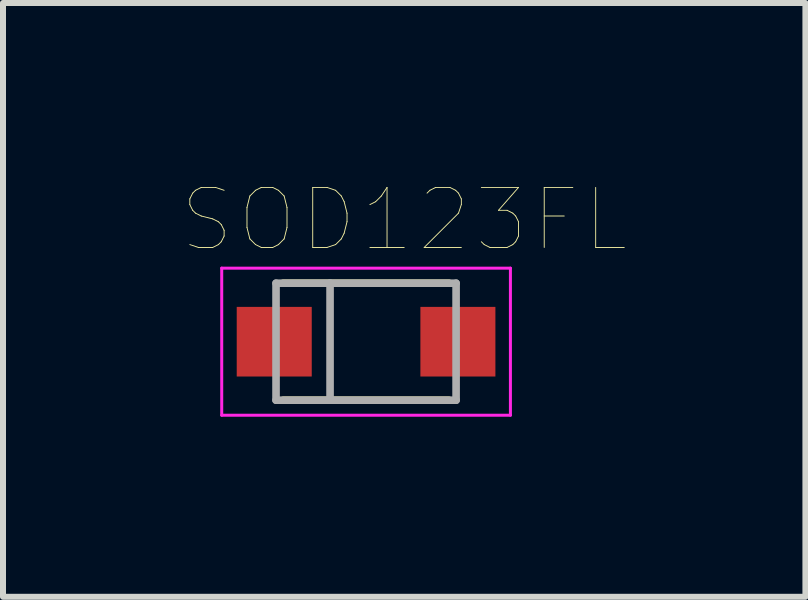
<source format=kicad_pcb>
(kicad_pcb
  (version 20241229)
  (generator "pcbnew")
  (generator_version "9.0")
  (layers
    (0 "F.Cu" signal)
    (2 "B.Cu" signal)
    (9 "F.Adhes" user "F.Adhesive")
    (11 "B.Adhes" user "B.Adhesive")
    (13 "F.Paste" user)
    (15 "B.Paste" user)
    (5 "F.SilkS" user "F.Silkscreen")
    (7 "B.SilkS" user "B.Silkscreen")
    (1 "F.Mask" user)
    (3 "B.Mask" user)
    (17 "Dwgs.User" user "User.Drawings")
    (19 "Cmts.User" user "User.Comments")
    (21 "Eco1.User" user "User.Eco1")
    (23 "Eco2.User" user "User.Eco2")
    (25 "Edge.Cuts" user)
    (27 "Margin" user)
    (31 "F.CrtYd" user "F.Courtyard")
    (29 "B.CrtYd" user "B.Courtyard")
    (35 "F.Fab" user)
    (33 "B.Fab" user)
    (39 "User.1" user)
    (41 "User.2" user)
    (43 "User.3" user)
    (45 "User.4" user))
  (footprint "SOD123FL"
    (layer "F.Cu")
    (at 3.049 2.643)
    (property "Reference" "SOD123FL" (at 0.635 -2.032 0) (layer "F.SilkS") (effects (font (size 1 1) (thickness 0.015))))
    (attr through_hole)
    (fp_line (start -1.38 -0.975) (end 1.38 -0.975) (stroke (width 0.127) (type solid)) (layer "F.SilkS"))
    (fp_line (start -1.38 0.975) (end 1.38 0.975) (stroke (width 0.127) (type solid)) (layer "F.SilkS"))
    (fp_line (start -2.405 -1.225) (end -2.405 1.225) (stroke (width 0.05) (type solid)) (layer "F.CrtYd"))
    (fp_line (start -2.405 -1.225) (end 2.405 -1.225) (stroke (width 0.05) (type solid)) (layer "F.CrtYd"))
    (fp_line (start 2.405 1.225) (end -2.405 1.225) (stroke (width 0.05) (type solid)) (layer "F.CrtYd"))
    (fp_line (start 2.405 1.225) (end 2.405 -1.225) (stroke (width 0.05) (type solid)) (layer "F.CrtYd"))
    (fp_line (start -1.5 -0.975) (end -1.5 0.975) (stroke (width 0.127) (type solid)) (layer "F.Fab"))
    (fp_line (start -1.5 -0.975) (end -0.6 -0.975) (stroke (width 0.127) (type solid)) (layer "F.Fab"))
    (fp_line (start -0.6 -0.975) (end -0.6 0.975) (stroke (width 0.127) (type solid)) (layer "F.Fab"))
    (fp_line (start -0.6 -0.975) (end 1.5 -0.975) (stroke (width 0.127) (type solid)) (layer "F.Fab"))
    (fp_line (start -0.6 0.975) (end -1.5 0.975) (stroke (width 0.127) (type solid)) (layer "F.Fab"))
    (fp_line (start 1.5 0.975) (end -0.6 0.975) (stroke (width 0.127) (type solid)) (layer "F.Fab"))
    (fp_line (start 1.5 0.975) (end 1.5 -0.975) (stroke (width 0.127) (type solid)) (layer "F.Fab"))
    (pad "1" smd rect (at -1.53 0) (size 1.25 1.16) (layers "F.Cu" "F.Mask" "F.Paste"))
    (pad "2" smd rect (at 1.53 0) (size 1.25 1.16) (layers "F.Cu" "F.Mask" "F.Paste")))
  (gr_rect
    (start -3 -3)
    (end 10.369 6.893)
    (stroke (width 0.1) (type default))
    (fill no)
    (layer "Edge.Cuts")))
</source>
